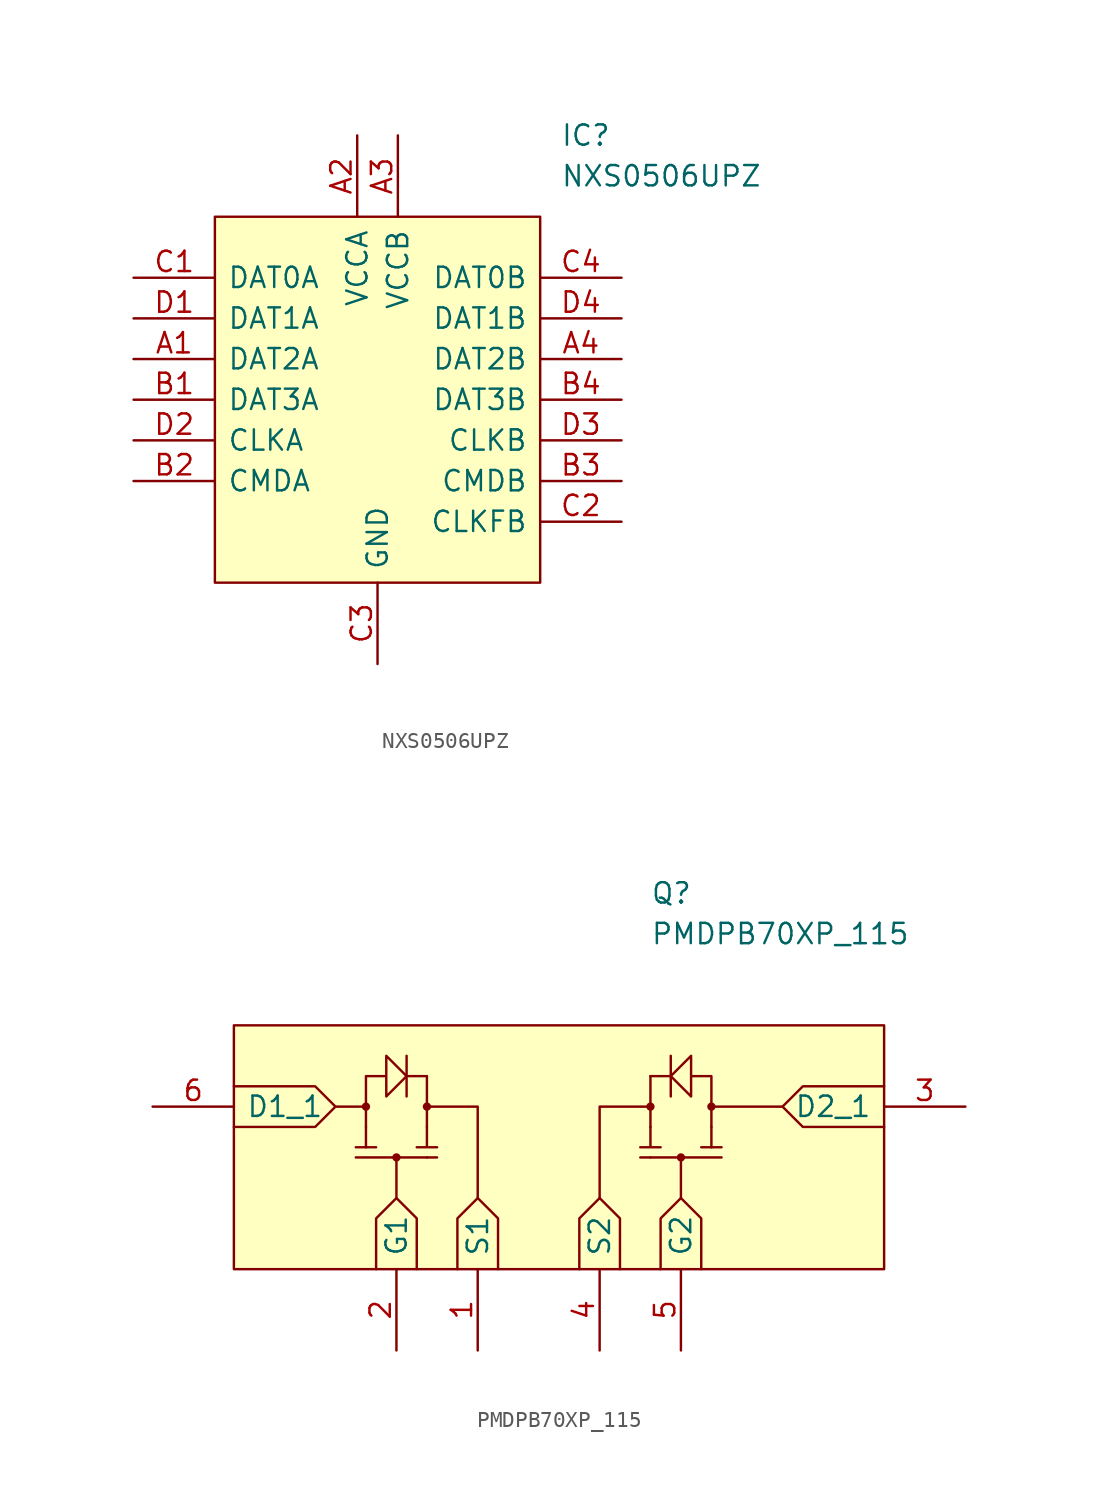
<source format=kicad_sym>
(kicad_symbol_lib
  (version 20220914)
  (generator kicad_symbol_editor)
  (symbol "NXS0506UPZ"
    (pin_names
      (offset 0.762))
    (property "Reference" "IC"
      (at 26.67 7.62 0)
      (effects (font (size 1.27 1.27)) (justify left)))
    (property "Value" "NXS0506UPZ"
      (at 26.67 5.08 0)
      (effects (font (size 1.27 1.27)) (justify left)))
    (symbol "NXS0506UPZ_0_0"
      (pin passive line (at 0 -6.35 0) (length 5.08) (name "DAT2A" (effects (font (size 1.27 1.27)))) (number "A1" (effects (font (size 1.27 1.27)))))
      (pin passive line (at 13.97 7.62 270) (length 5.08) (name "VCCA" (effects (font (size 1.27 1.27)))) (number "A2" (effects (font (size 1.27 1.27)))))
      (pin passive line (at 16.51 7.62 270) (length 5.08) (name "VCCB" (effects (font (size 1.27 1.27)))) (number "A3" (effects (font (size 1.27 1.27)))))
      (pin passive line (at 30.48 -6.35 180) (length 5.08) (name "DAT2B" (effects (font (size 1.27 1.27)))) (number "A4" (effects (font (size 1.27 1.27)))))
      (pin passive line (at 0 -8.89 0) (length 5.08) (name "DAT3A" (effects (font (size 1.27 1.27)))) (number "B1" (effects (font (size 1.27 1.27)))))
      (pin passive line (at 0 -13.97 0) (length 5.08) (name "CMDA" (effects (font (size 1.27 1.27)))) (number "B2" (effects (font (size 1.27 1.27)))))
      (pin passive line (at 30.48 -13.97 180) (length 5.08) (name "CMDB" (effects (font (size 1.27 1.27)))) (number "B3" (effects (font (size 1.27 1.27)))))
      (pin passive line (at 30.48 -8.89 180) (length 5.08) (name "DAT3B" (effects (font (size 1.27 1.27)))) (number "B4" (effects (font (size 1.27 1.27)))))
      (pin passive line (at 0 -1.27 0) (length 5.08) (name "DAT0A" (effects (font (size 1.27 1.27)))) (number "C1" (effects (font (size 1.27 1.27)))))
      (pin passive line (at 30.48 -16.51 180) (length 5.08) (name "CLKFB" (effects (font (size 1.27 1.27)))) (number "C2" (effects (font (size 1.27 1.27)))))
      (pin passive line (at 15.24 -25.4 90) (length 5.08) (name "GND" (effects (font (size 1.27 1.27)))) (number "C3" (effects (font (size 1.27 1.27)))))
      (pin passive line (at 30.48 -1.27 180) (length 5.08) (name "DAT0B" (effects (font (size 1.27 1.27)))) (number "C4" (effects (font (size 1.27 1.27)))))
      (pin passive line (at 0 -3.81 0) (length 5.08) (name "DAT1A" (effects (font (size 1.27 1.27)))) (number "D1" (effects (font (size 1.27 1.27)))))
      (pin passive line (at 0 -11.43 0) (length 5.08) (name "CLKA" (effects (font (size 1.27 1.27)))) (number "D2" (effects (font (size 1.27 1.27)))))
      (pin passive line (at 30.48 -11.43 180) (length 5.08) (name "CLKB" (effects (font (size 1.27 1.27)))) (number "D3" (effects (font (size 1.27 1.27)))))
      (pin passive line (at 30.48 -3.81 180) (length 5.08) (name "DAT1B" (effects (font (size 1.27 1.27)))) (number "D4" (effects (font (size 1.27 1.27))))))
    (symbol "NXS0506UPZ_1_1"
      (polyline (pts (xy 5.08 2.54) (xy 25.4 2.54) (xy 25.4 -20.32) (xy 5.08 -20.32) (xy 5.08 2.54)) (stroke (width 0.152) (type solid)) (fill (type background)))))
  (symbol "PMDPB70XP_115"
    (pin_names
      (offset 0.762))
    (property "Reference" "Q"
      (at 26.035 8.255 0)
      (effects (font (size 1.27 1.27)) (justify left)))
    (property "Value" "PMDPB70XP_115"
      (at 26.035 5.715 0)
      (effects (font (size 1.27 1.27)) (justify left)))
    (symbol "PMDPB70XP_115_0_0"
      (pin passive line (at 15.24 -20.32 90) (length 5.08) (name "S1" (effects (font (size 1.27 1.27)))) (number "1" (effects (font (size 1.27 1.27)))))
      (pin passive line (at 10.16 -20.32 90) (length 5.08) (name "G1" (effects (font (size 1.27 1.27)))) (number "2" (effects (font (size 1.27 1.27)))))
      (pin passive line (at 45.72 -5.08 180) (length 5.08) (name "D2_1" (effects (font (size 1.27 1.27)))) (number "3" (effects (font (size 1.27 1.27)))))
      (pin passive line (at 22.86 -20.32 90) (length 5.08) (name "S2" (effects (font (size 1.27 1.27)))) (number "4" (effects (font (size 1.27 1.27)))))
      (pin passive line (at 27.94 -20.32 90) (length 5.08) (name "G2" (effects (font (size 1.27 1.27)))) (number "5" (effects (font (size 1.27 1.27)))))
      (pin passive line (at -5.08 -5.08 0) (length 5.08) (name "D1_1" (effects (font (size 1.27 1.27)))) (number "6" (effects (font (size 1.27 1.27)))))
      (pin passive line (at -5.08 -5.08 0) (length 5.08) hide (name "D1_2" (effects (font (size 1.27 1.27)))) (number "7" (effects (font (size 1.27 1.27)))))
      (pin passive line (at 45.72 -5.08 180) (length 5.08) hide (name "D2_2" (effects (font (size 1.27 1.27)))) (number "8" (effects (font (size 1.27 1.27))))))
    (symbol "PMDPB70XP_115_0_1"
      (polyline (pts (xy 7.62 -8.255) (xy 12.065 -8.255)) (stroke (width 0) (type default)) (fill (type none)))
      (polyline (pts (xy 7.62 -7.62) (xy 8.89 -7.62)) (stroke (width 0) (type default)) (fill (type none)))
      (polyline (pts (xy 8.255 -6.35) (xy 8.255 -7.62)) (stroke (width 0) (type default)) (fill (type none)))
      (polyline (pts (xy 8.255 -5.08) (xy 6.35 -5.08)) (stroke (width 0) (type default)) (fill (type none)))
      (polyline (pts (xy 10.16 -8.255) (xy 10.16 -10.795)) (stroke (width 0) (type default)) (fill (type none)))
      (polyline (pts (xy 10.795 -3.175) (xy 10.795 -4.445)) (stroke (width 0) (type default)) (fill (type none)))
      (polyline (pts (xy 10.795 -3.175) (xy 10.795 -1.905)) (stroke (width 0) (type default)) (fill (type none)))
      (polyline (pts (xy 10.795 -3.175) (xy 12.065 -3.175)) (stroke (width 0) (type default)) (fill (type none)))
      (polyline (pts (xy 12.065 -8.255) (xy 12.7 -8.255)) (stroke (width 0) (type default)) (fill (type none)))
      (polyline (pts (xy 12.065 -3.175) (xy 12.065 -6.35)) (stroke (width 0) (type default)) (fill (type none)))
      (polyline (pts (xy 26.035 -8.255) (xy 25.4 -8.255)) (stroke (width 0) (type default)) (fill (type none)))
      (polyline (pts (xy 26.035 -3.175) (xy 26.035 -6.35)) (stroke (width 0) (type default)) (fill (type none)))
      (polyline (pts (xy 27.305 -3.175) (xy 26.035 -3.175)) (stroke (width 0) (type default)) (fill (type none)))
      (polyline (pts (xy 27.305 -3.175) (xy 27.305 -4.445)) (stroke (width 0) (type default)) (fill (type none)))
      (polyline (pts (xy 27.305 -3.175) (xy 27.305 -1.905)) (stroke (width 0) (type default)) (fill (type none)))
      (polyline (pts (xy 27.94 -8.255) (xy 27.94 -10.795)) (stroke (width 0) (type default)) (fill (type none)))
      (polyline (pts (xy 29.845 -6.35) (xy 29.845 -7.62)) (stroke (width 0) (type default)) (fill (type none)))
      (polyline (pts (xy 29.845 -5.08) (xy 34.29 -5.08)) (stroke (width 0) (type default)) (fill (type none)))
      (polyline (pts (xy 30.48 -8.255) (xy 26.035 -8.255)) (stroke (width 0) (type default)) (fill (type none)))
      (polyline (pts (xy 30.48 -7.62) (xy 29.21 -7.62)) (stroke (width 0) (type default)) (fill (type none)))
      (polyline (pts (xy 12.065 -5.08) (xy 15.24 -5.08) (xy 15.24 -10.795)) (stroke (width 0) (type default)) (fill (type none)))
      (polyline (pts (xy 22.86 -10.795) (xy 22.86 -5.08) (xy 26.035 -5.08)) (stroke (width 0) (type default)) (fill (type none)))
      (polyline (pts (xy 0 -3.81) (xy 5.08 -3.81) (xy 6.35 -5.08) (xy 5.08 -6.35) (xy 0 -6.35)) (stroke (width 0) (type default)) (fill (type none)))
      (polyline (pts (xy 8.89 -15.24) (xy 8.89 -12.065) (xy 10.16 -10.795) (xy 11.43 -12.065) (xy 11.43 -15.24)) (stroke (width 0) (type default)) (fill (type none)))
      (polyline (pts (xy 12.065 -6.35) (xy 12.065 -7.62) (xy 11.43 -7.62) (xy 12.065 -7.62) (xy 12.7 -7.62)) (stroke (width 0) (type default)) (fill (type none)))
      (polyline (pts (xy 13.97 -15.24) (xy 13.97 -12.065) (xy 15.24 -10.795) (xy 16.51 -12.065) (xy 16.51 -15.24)) (stroke (width 0) (type default)) (fill (type none)))
      (polyline (pts (xy 21.59 -15.24) (xy 21.59 -12.065) (xy 22.86 -10.795) (xy 24.13 -12.065) (xy 24.13 -15.24)) (stroke (width 0) (type default)) (fill (type none)))
      (polyline (pts (xy 26.035 -6.35) (xy 26.035 -7.62) (xy 26.67 -7.62) (xy 26.035 -7.62) (xy 25.4 -7.62)) (stroke (width 0) (type default)) (fill (type none)))
      (polyline (pts (xy 26.67 -15.24) (xy 26.67 -12.065) (xy 27.94 -10.795) (xy 29.21 -12.065) (xy 29.21 -15.24)) (stroke (width 0) (type default)) (fill (type none)))
      (polyline (pts (xy 40.64 -3.81) (xy 35.56 -3.81) (xy 34.29 -5.08) (xy 35.56 -6.35) (xy 40.64 -6.35)) (stroke (width 0) (type default)) (fill (type none)))
      (polyline (pts (xy 8.255 -6.35) (xy 8.255 -6.35) (xy 8.255 -3.175) (xy 9.525 -3.175) (xy 9.525 -1.905) (xy 10.795 -3.175) (xy 9.525 -4.445) (xy 9.525 -3.175)) (stroke (width 0) (type default)) (fill (type none)))
      (polyline (pts (xy 29.845 -6.35) (xy 29.845 -6.35) (xy 29.845 -3.175) (xy 28.575 -3.175) (xy 28.575 -1.905) (xy 27.305 -3.175) (xy 28.575 -4.445) (xy 28.575 -3.175)) (stroke (width 0) (type default)) (fill (type none)))
      (rectangle (start 0 0) (end 40.64 -15.24) (stroke (width 0) (type default)) (fill (type background)))
      (circle (center 8.255 -5.08) (radius 0.185) (stroke (width 0) (type default)) (fill (type outline)))
      (circle (center 10.16 -8.255) (radius 0.185) (stroke (width 0) (type default)) (fill (type outline)))
      (circle (center 12.065 -5.08) (radius 0.185) (stroke (width 0) (type default)) (fill (type outline)))
      (circle (center 26.035 -5.08) (radius 0.185) (stroke (width 0) (type default)) (fill (type outline)))
      (circle (center 27.94 -8.255) (radius 0.185) (stroke (width 0) (type default)) (fill (type outline)))
      (circle (center 29.845 -5.08) (radius 0.185) (stroke (width 0) (type default)) (fill (type outline))))))
</source>
